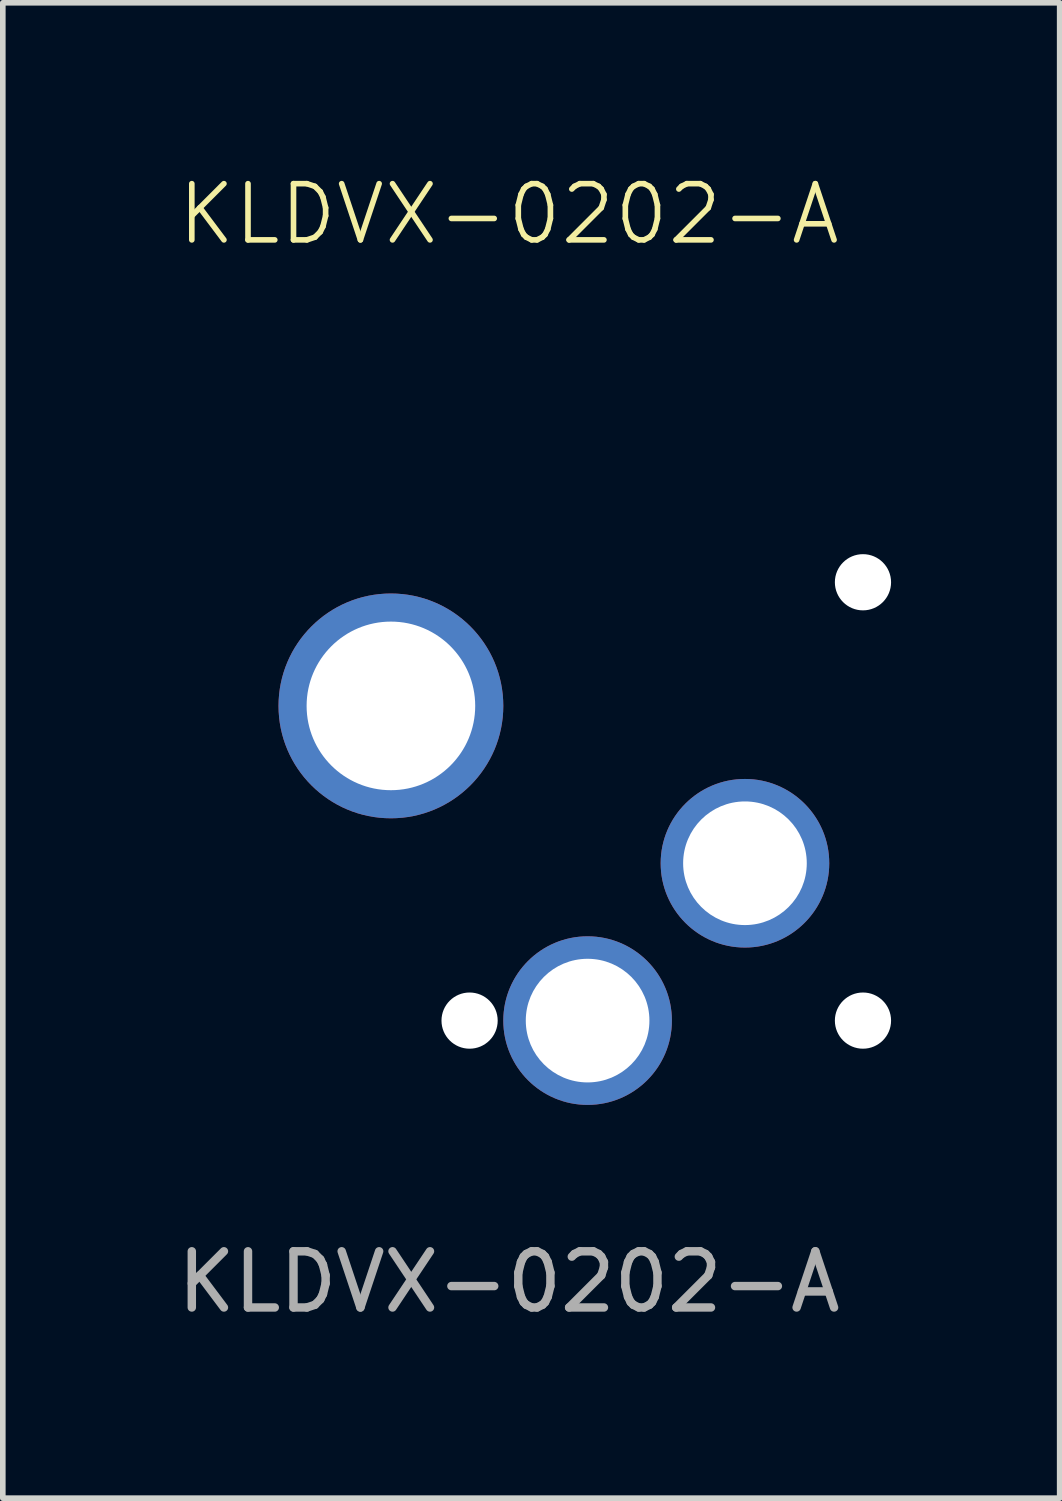
<source format=kicad_pcb>
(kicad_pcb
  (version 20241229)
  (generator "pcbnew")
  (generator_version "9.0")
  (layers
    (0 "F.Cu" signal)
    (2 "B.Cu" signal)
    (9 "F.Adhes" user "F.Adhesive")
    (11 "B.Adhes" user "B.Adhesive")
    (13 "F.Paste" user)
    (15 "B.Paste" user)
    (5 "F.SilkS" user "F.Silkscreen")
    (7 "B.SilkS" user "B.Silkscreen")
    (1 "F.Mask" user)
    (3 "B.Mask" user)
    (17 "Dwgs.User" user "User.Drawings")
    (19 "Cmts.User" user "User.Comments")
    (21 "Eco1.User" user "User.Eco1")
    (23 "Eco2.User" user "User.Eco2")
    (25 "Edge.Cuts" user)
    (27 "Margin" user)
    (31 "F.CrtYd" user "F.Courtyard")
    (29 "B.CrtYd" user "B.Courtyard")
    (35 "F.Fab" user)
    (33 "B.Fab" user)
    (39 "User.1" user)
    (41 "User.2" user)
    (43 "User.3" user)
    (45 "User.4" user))
  (footprint "KLDVX-0202-A"
    (layer "F.Cu")
    (at 6.006 9.511)
    (property "Reference" "KLDVX-0202-A" (at 0 -8.75 0) (unlocked yes) (layer "F.SilkS") (effects (font (size 1 1) (thickness 0.1))))
    (attr smd)
    (fp_text user "${REFERENCE}" (at 0 10.25 0) (unlocked yes) (layer "F.Fab") (effects (font (size 1 1) (thickness 0.15))))
    (pad "" np_thru_hole circle (at -0.7 5.6) (size 1 1) (drill 1) (layers "*.Cu" "*.Mask"))
    (pad "" np_thru_hole circle (at 6.3 -2.2) (size 1 1) (drill 1) (layers "*.Cu" "*.Mask"))
    (pad "" np_thru_hole circle (at 6.3 5.6) (size 1 1) (drill 1) (layers "*.Cu" "*.Mask"))
    (pad "1" thru_hole circle (at -2.1 0) (size 4 4) (drill 3) (layers "*.Cu" "*.Mask"))
    (pad "2" thru_hole circle (at 1.4 5.6) (size 3 3) (drill 2.2) (layers "*.Cu" "*.Mask"))
    (pad "2" thru_hole circle (at 4.2 2.8) (size 3 3) (drill 2.2) (layers "*.Cu" "*.Mask")))
  (gr_rect
    (start -3 -3)
    (end 15.806 23.609)
    (stroke (width 0.1) (type default))
    (fill no)
    (layer "Edge.Cuts")))
</source>
